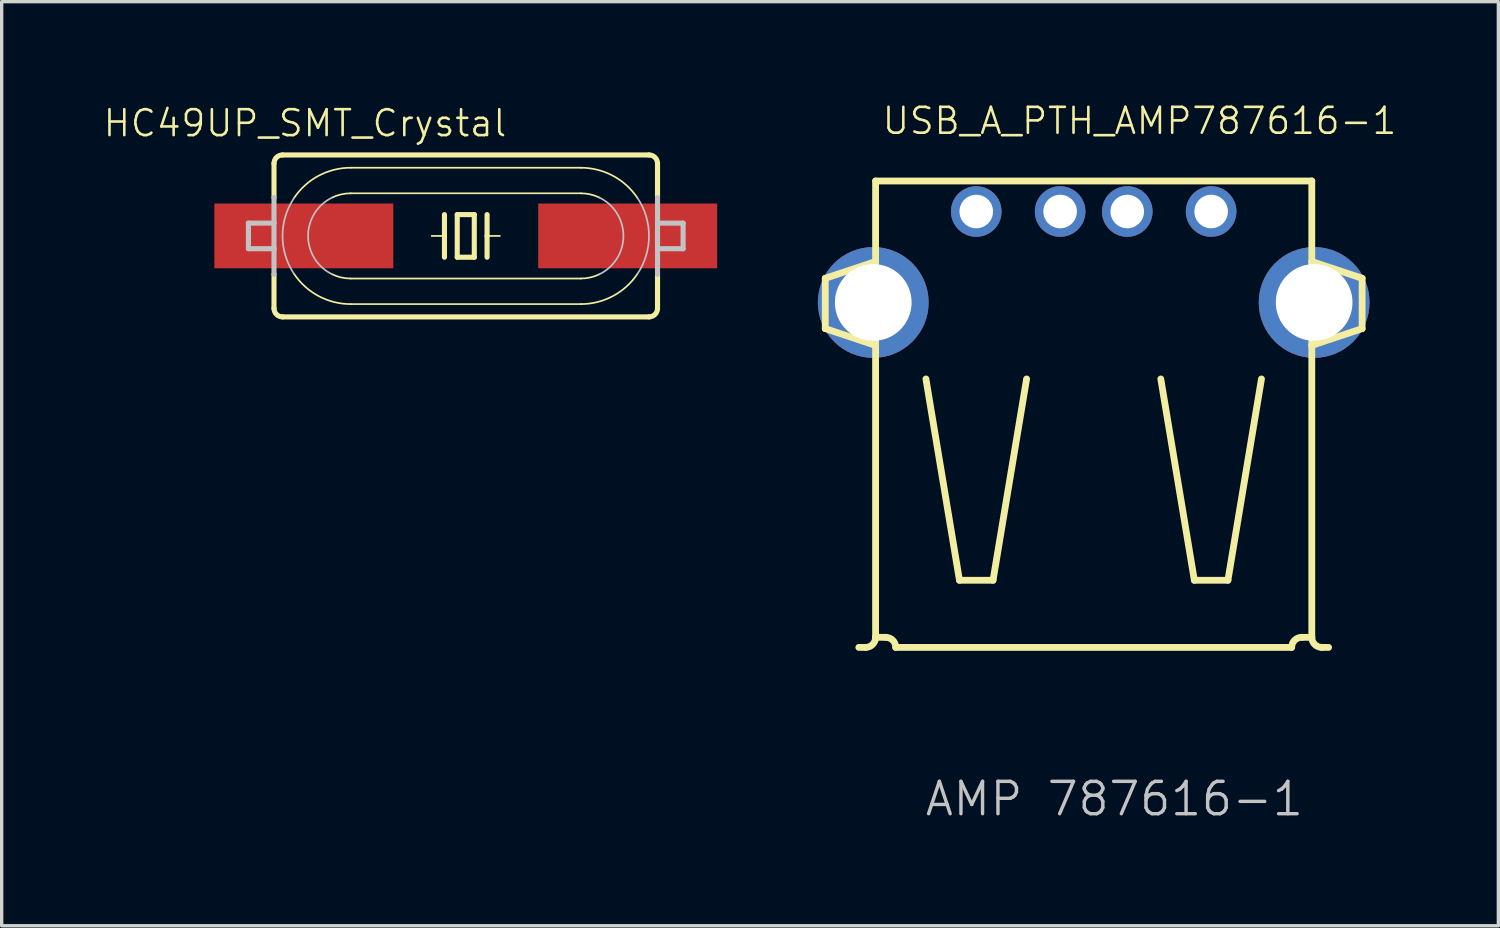
<source format=kicad_pcb>
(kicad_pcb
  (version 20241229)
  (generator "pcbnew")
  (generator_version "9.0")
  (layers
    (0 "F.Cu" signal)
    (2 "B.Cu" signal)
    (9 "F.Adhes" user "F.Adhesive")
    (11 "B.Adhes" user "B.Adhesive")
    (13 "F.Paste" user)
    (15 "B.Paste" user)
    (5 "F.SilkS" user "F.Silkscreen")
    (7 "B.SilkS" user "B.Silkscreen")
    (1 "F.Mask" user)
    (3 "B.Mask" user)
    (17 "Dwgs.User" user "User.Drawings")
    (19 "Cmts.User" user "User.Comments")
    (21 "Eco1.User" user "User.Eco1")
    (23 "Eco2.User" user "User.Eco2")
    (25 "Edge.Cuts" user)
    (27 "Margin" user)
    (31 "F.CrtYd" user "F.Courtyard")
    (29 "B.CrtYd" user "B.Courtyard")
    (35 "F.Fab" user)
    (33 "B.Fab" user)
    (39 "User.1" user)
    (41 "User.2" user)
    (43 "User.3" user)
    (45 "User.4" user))
  (footprint "HC49UP_SMT_Crystal"
    (layer "F.Cu")
    (at 10.831 3.981)
    (property "Reference" "HC49UP_SMT_Crystal" (at 1.27 -3.81 180) (layer "F.SilkS") (effects (font (size 0.772 0.772) (thickness 0.077)) (justify right top)))
    (attr through_hole)
    (fp_line (start -5.715 -1.143) (end -5.715 -2.159) (stroke (width 0.152) (type solid)) (layer "F.SilkS"))
    (fp_line (start -5.715 2.159) (end -5.715 1.143) (stroke (width 0.152) (type solid)) (layer "F.SilkS"))
    (fp_line (start -3.429 -2.032) (end 3.429 -2.032) (stroke (width 0.051) (type solid)) (layer "F.SilkS"))
    (fp_line (start -3.429 -1.27) (end 3.429 -1.27) (stroke (width 0.051) (type solid)) (layer "F.SilkS"))
    (fp_line (start -0.635 -0.635) (end -0.635 0) (stroke (width 0.152) (type solid)) (layer "F.SilkS"))
    (fp_line (start -0.635 0) (end -1.016 0) (stroke (width 0.051) (type solid)) (layer "F.SilkS"))
    (fp_line (start -0.635 0) (end -0.635 0.635) (stroke (width 0.152) (type solid)) (layer "F.SilkS"))
    (fp_line (start -0.254 -0.635) (end -0.254 0.635) (stroke (width 0.152) (type solid)) (layer "F.SilkS"))
    (fp_line (start -0.254 0.635) (end 0.254 0.635) (stroke (width 0.152) (type solid)) (layer "F.SilkS"))
    (fp_line (start 0.254 -0.635) (end -0.254 -0.635) (stroke (width 0.152) (type solid)) (layer "F.SilkS"))
    (fp_line (start 0.254 0.635) (end 0.254 -0.635) (stroke (width 0.152) (type solid)) (layer "F.SilkS"))
    (fp_line (start 0.635 -0.635) (end 0.635 0) (stroke (width 0.152) (type solid)) (layer "F.SilkS"))
    (fp_line (start 0.635 0) (end 0.635 0.635) (stroke (width 0.152) (type solid)) (layer "F.SilkS"))
    (fp_line (start 0.635 0) (end 1.016 0) (stroke (width 0.051) (type solid)) (layer "F.SilkS"))
    (fp_line (start 3.429 1.27) (end -3.429 1.27) (stroke (width 0.051) (type solid)) (layer "F.SilkS"))
    (fp_line (start 3.429 2.032) (end -3.429 2.032) (stroke (width 0.051) (type solid)) (layer "F.SilkS"))
    (fp_line (start 5.461 -2.413) (end -5.461 -2.413) (stroke (width 0.152) (type solid)) (layer "F.SilkS"))
    (fp_line (start 5.461 2.413) (end -5.461 2.413) (stroke (width 0.152) (type solid)) (layer "F.SilkS"))
    (fp_line (start 5.715 -1.143) (end 5.715 -2.159) (stroke (width 0.152) (type solid)) (layer "F.SilkS"))
    (fp_line (start 5.715 2.159) (end 5.715 1.143) (stroke (width 0.152) (type solid)) (layer "F.SilkS"))
    (fp_arc (start -5.715 -2.159) (mid -5.640605 -2.338605) (end -5.461 -2.413) (stroke (width 0.1524) (type solid)) (layer "F.SilkS"))
    (fp_arc (start -5.461 2.413) (mid -5.640605 2.338605) (end -5.715 2.159) (stroke (width 0.1524) (type solid)) (layer "F.SilkS"))
    (fp_arc (start -5.1091 -1.143) (mid -4.379417 -1.796107) (end -3.429 -2.032101) (stroke (width 0.0508) (type solid)) (layer "F.SilkS"))
    (fp_arc (start -3.9826 -1.143) (mid -3.712991 -1.237845) (end -3.429 -1.27) (stroke (width 0.0508) (type solid)) (layer "F.SilkS"))
    (fp_arc (start -3.429 1.27) (mid -3.712991 1.237845) (end -3.9826 1.143) (stroke (width 0.0508) (type solid)) (layer "F.SilkS"))
    (fp_arc (start -3.429 2.032001) (mid -4.379408 1.796063) (end -5.1091 1.143) (stroke (width 0.0508) (type solid)) (layer "F.SilkS"))
    (fp_arc (start 3.429 -2.032) (mid 4.379408 -1.796062) (end 5.1091 -1.142999) (stroke (width 0.0508) (type solid)) (layer "F.SilkS"))
    (fp_arc (start 3.429 -1.27) (mid 3.712991 -1.237845) (end 3.9826 -1.143) (stroke (width 0.0508) (type solid)) (layer "F.SilkS"))
    (fp_arc (start 3.9826 1.143) (mid 3.712991 1.237845) (end 3.429 1.27) (stroke (width 0.0508) (type solid)) (layer "F.SilkS"))
    (fp_arc (start 5.109 1.142899) (mid 4.379368 1.795994) (end 3.429 2.032) (stroke (width 0.0508) (type solid)) (layer "F.SilkS"))
    (fp_arc (start 5.461 -2.413) (mid 5.640605 -2.338605) (end 5.715 -2.159) (stroke (width 0.1524) (type solid)) (layer "F.SilkS"))
    (fp_arc (start 5.715 2.159) (mid 5.640605 2.338605) (end 5.461 2.413) (stroke (width 0.1524) (type solid)) (layer "F.SilkS"))
    (fp_line (start -6.477 0.381) (end -6.477 -0.381) (stroke (width 0.152) (type solid)) (layer "Dwgs.User"))
    (fp_line (start -5.715 -0.381) (end -6.477 -0.381) (stroke (width 0.152) (type solid)) (layer "Dwgs.User"))
    (fp_line (start -5.715 -0.381) (end -5.715 -1.143) (stroke (width 0.152) (type solid)) (layer "Dwgs.User"))
    (fp_line (start -5.715 0.381) (end -6.477 0.381) (stroke (width 0.152) (type solid)) (layer "Dwgs.User"))
    (fp_line (start -5.715 0.381) (end -5.715 -0.381) (stroke (width 0.152) (type solid)) (layer "Dwgs.User"))
    (fp_line (start -5.715 1.143) (end -5.715 0.381) (stroke (width 0.152) (type solid)) (layer "Dwgs.User"))
    (fp_line (start 5.715 -0.381) (end 6.477 -0.381) (stroke (width 0.152) (type solid)) (layer "Dwgs.User"))
    (fp_line (start 5.715 0.381) (end 6.477 0.381) (stroke (width 0.152) (type solid)) (layer "Dwgs.User"))
    (fp_line (start 5.715 1.143) (end 5.715 -1.143) (stroke (width 0.152) (type solid)) (layer "Dwgs.User"))
    (fp_line (start 6.477 0.381) (end 6.477 -0.381) (stroke (width 0.152) (type solid)) (layer "Dwgs.User"))
    (fp_arc (start -5.1091 1.143) (mid -5.46104 0) (end -5.1091 -1.143) (stroke (width 0.0508) (type solid)) (layer "Dwgs.User"))
    (fp_arc (start -3.9826 1.143) (mid -4.699009 0) (end -3.9826 -1.143) (stroke (width 0.0508) (type solid)) (layer "Dwgs.User"))
    (fp_arc (start 3.9826 -1.143) (mid 4.699009 0) (end 3.9826 1.143) (stroke (width 0.0508) (type solid)) (layer "Dwgs.User"))
    (fp_arc (start 5.1091 -1.143) (mid 5.46104 0) (end 5.1091 1.143) (stroke (width 0.0508) (type solid)) (layer "Dwgs.User"))
    (pad "1" smd rect (at -4.826 0) (size 5.334 1.93) (layers "F.Cu" "F.Mask" "F.Paste"))
    (pad "2" smd rect (at 4.826 0) (size 5.334 1.93) (layers "F.Cu" "F.Mask" "F.Paste")))
  (footprint "USB_A_PTH_AMP787616-1"
    (layer "F.Cu")
    (at 29.545 8.624)
    (property "Reference" "USB_A_PTH_AMP787616-1" (at -6.35 -7.62 180) (layer "F.SilkS") (effects (font (size 0.772 0.772) (thickness 0.077)) (justify left bottom)))
    (attr through_hole)
    (fp_line (start -8 -3.38) (end -8 -1.88) (stroke (width 0.203) (type solid)) (layer "F.SilkS"))
    (fp_line (start -8 -1.88) (end -6.5 -1.38) (stroke (width 0.203) (type solid)) (layer "F.SilkS"))
    (fp_line (start -6.8 7.62) (end -7 7.62) (stroke (width 0.203) (type solid)) (layer "F.SilkS"))
    (fp_line (start -6.5 -6.28) (end -6.5 -3.88) (stroke (width 0.203) (type solid)) (layer "F.SilkS"))
    (fp_line (start -6.5 -3.88) (end -8 -3.38) (stroke (width 0.203) (type solid)) (layer "F.SilkS"))
    (fp_line (start -6.5 -3.88) (end -6.5 -1.38) (stroke (width 0.203) (type solid)) (layer "F.SilkS"))
    (fp_line (start -6.5 -1.38) (end -6.5 7.32) (stroke (width 0.203) (type solid)) (layer "F.SilkS"))
    (fp_line (start -6.5 7.32) (end -6.5 7.32) (stroke (width 0.203) (type solid)) (layer "F.SilkS"))
    (fp_line (start -6.5 7.32) (end -6.2 7.32) (stroke (width 0.203) (type solid)) (layer "F.SilkS"))
    (fp_line (start -5.9 7.62) (end 5.9 7.62) (stroke (width 0.203) (type solid)) (layer "F.SilkS"))
    (fp_line (start -5 -0.38) (end -4 5.62) (stroke (width 0.203) (type solid)) (layer "F.SilkS"))
    (fp_line (start -4 5.62) (end -3 5.62) (stroke (width 0.203) (type solid)) (layer "F.SilkS"))
    (fp_line (start -3 5.62) (end -2 -0.38) (stroke (width 0.203) (type solid)) (layer "F.SilkS"))
    (fp_line (start 3 5.62) (end 2 -0.38) (stroke (width 0.203) (type solid)) (layer "F.SilkS"))
    (fp_line (start 4 5.62) (end 3 5.62) (stroke (width 0.203) (type solid)) (layer "F.SilkS"))
    (fp_line (start 5 -0.38) (end 4 5.62) (stroke (width 0.203) (type solid)) (layer "F.SilkS"))
    (fp_line (start 6.2 7.32) (end 6.5 7.32) (stroke (width 0.203) (type solid)) (layer "F.SilkS"))
    (fp_line (start 6.5 -6.28) (end -6.5 -6.28) (stroke (width 0.203) (type solid)) (layer "F.SilkS"))
    (fp_line (start 6.5 -3.88) (end 6.5 -6.28) (stroke (width 0.203) (type solid)) (layer "F.SilkS"))
    (fp_line (start 6.5 -3.88) (end 8 -3.38) (stroke (width 0.203) (type solid)) (layer "F.SilkS"))
    (fp_line (start 6.5 -1.38) (end 6.5 -3.88) (stroke (width 0.203) (type solid)) (layer "F.SilkS"))
    (fp_line (start 6.5 7.32) (end 6.5 -1.38) (stroke (width 0.203) (type solid)) (layer "F.SilkS"))
    (fp_line (start 6.8 7.62) (end 7 7.62) (stroke (width 0.203) (type solid)) (layer "F.SilkS"))
    (fp_line (start 8 -3.38) (end 8 -1.88) (stroke (width 0.203) (type solid)) (layer "F.SilkS"))
    (fp_line (start 8 -1.88) (end 6.5 -1.38) (stroke (width 0.203) (type solid)) (layer "F.SilkS"))
    (fp_arc (start -6.4999 7.32) (mid -6.587768 7.532132) (end -6.7999 7.62) (stroke (width 0.2032) (type solid)) (layer "F.SilkS"))
    (fp_arc (start -6.2 7.32) (mid -5.987868 7.407868) (end -5.9 7.62) (stroke (width 0.2032) (type solid)) (layer "F.SilkS"))
    (fp_arc (start 5.9 7.62) (mid 5.987861 7.407833) (end 6.199998 7.3199) (stroke (width 0.2032) (type solid)) (layer "F.SilkS"))
    (fp_arc (start 6.8 7.62) (mid 6.587868 7.532132) (end 6.5 7.32) (stroke (width 0.2032) (type solid)) (layer "F.SilkS"))
    (fp_text user "AMP 787616-1" (at -5.08 12.7 0) (layer "Dwgs.User") (effects (font (size 0.965 0.965) (thickness 0.102)) (justify left bottom)))
    (pad "" thru_hole circle (at -6.57 -2.66) (size 3.302 3.302) (drill 2.286) (layers "*.Cu" "*.Mask"))
    (pad "" thru_hole circle (at 6.57 -2.66) (size 3.302 3.302) (drill 2.286) (layers "*.Cu" "*.Mask"))
    (pad "D+" thru_hole circle (at 1 -5.37) (size 1.508 1.508) (drill 1) (layers "*.Cu" "*.Mask"))
    (pad "D-" thru_hole circle (at -1 -5.37) (size 1.508 1.508) (drill 1) (layers "*.Cu" "*.Mask"))
    (pad "GND" thru_hole circle (at 3.5 -5.37) (size 1.508 1.508) (drill 1) (layers "*.Cu" "*.Mask"))
    (pad "VBUS" thru_hole circle (at -3.5 -5.37) (size 1.508 1.508) (drill 1) (layers "*.Cu" "*.Mask")))
  (gr_rect
    (start -3 -3)
    (end 41.605 24.54)
    (stroke (width 0.1) (type default))
    (fill no)
    (layer "Edge.Cuts")))
</source>
